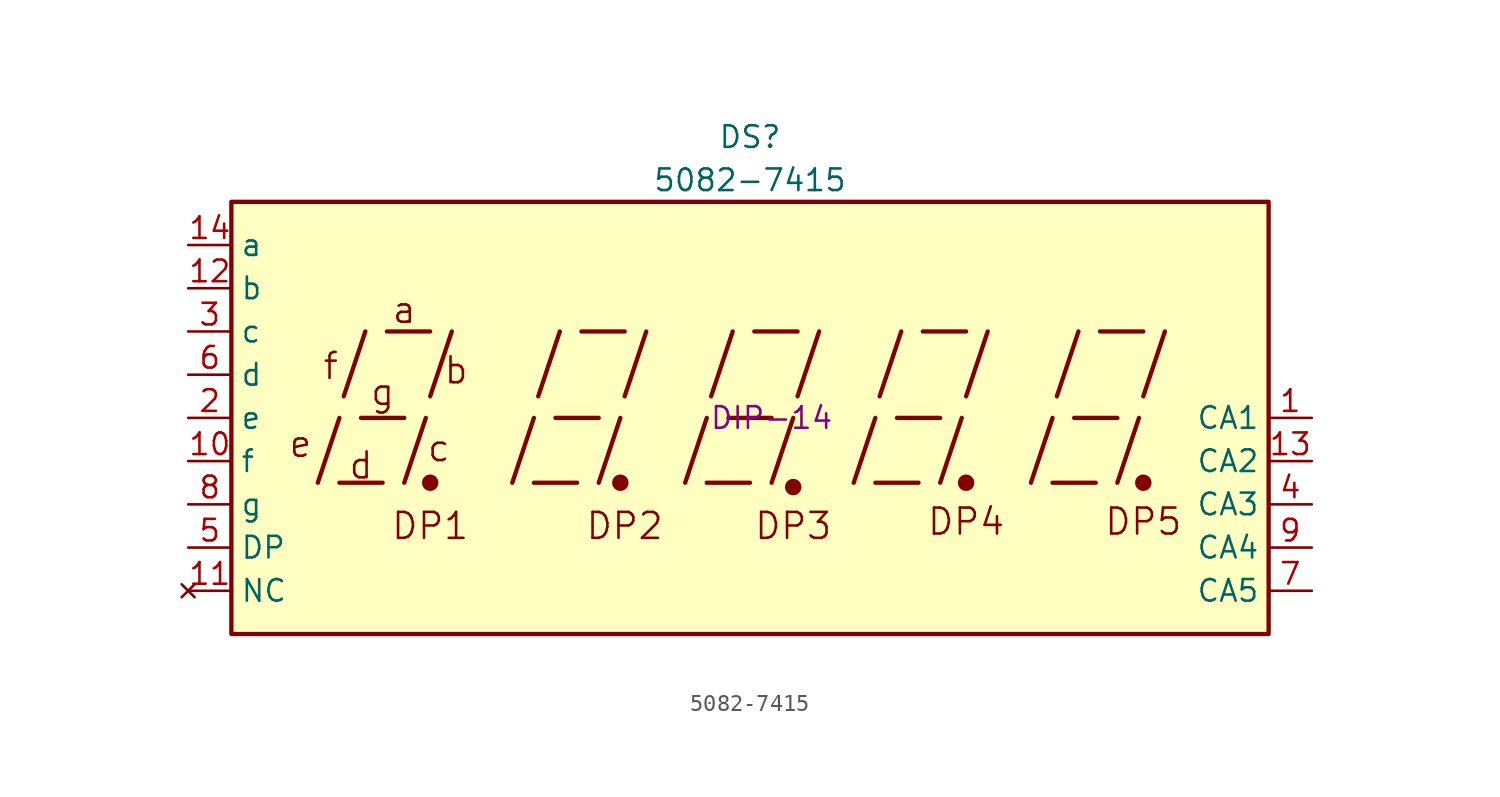
<source format=kicad_sym>
(kicad_symbol_lib
  (version 20220914)
  (generator kicad_symbol_editor)
  (symbol "5082-7415"
    (property "Reference" "DS"
      (at -1.27 16.51 0)
      (effects (font (size 1.27 1.27))))
    (property "Value" "5082-7415"
      (at -1.27 13.97 0)
      (effects (font (size 1.27 1.27))))
    (property "Package" "DIP-14"
      (at 0 0 0)
      (effects (font (size 1.27 1.27))))
    (symbol "5082-7415_0_0"
      (rectangle (start -31.75 12.7) (end 29.21 -12.7) (stroke (width 0.254) (type default)) (fill (type background)))
      (polyline (pts (xy -26.67 -3.81) (xy -25.4 0)) (stroke (width 0.254) (type default)) (fill (type none)))
      (polyline (pts (xy -25.4 -3.81) (xy -22.86 -3.81)) (stroke (width 0.254) (type default)) (fill (type none)))
      (polyline (pts (xy -25.146 1.27) (xy -23.876 5.08)) (stroke (width 0.254) (type default)) (fill (type none)))
      (polyline (pts (xy -24.13 0) (xy -21.59 0)) (stroke (width 0.254) (type default)) (fill (type none)))
      (polyline (pts (xy -22.606 5.08) (xy -20.066 5.08)) (stroke (width 0.254) (type default)) (fill (type none)))
      (polyline (pts (xy -21.59 -3.81) (xy -20.32 0)) (stroke (width 0.254) (type default)) (fill (type none)))
      (polyline (pts (xy -20.066 1.27) (xy -18.796 5.08)) (stroke (width 0.254) (type default)) (fill (type none)))
      (polyline (pts (xy -15.24 -3.81) (xy -13.97 0)) (stroke (width 0.254) (type default)) (fill (type none)))
      (polyline (pts (xy -13.97 -3.81) (xy -11.43 -3.81)) (stroke (width 0.254) (type default)) (fill (type none)))
      (polyline (pts (xy -13.716 1.27) (xy -12.446 5.08)) (stroke (width 0.254) (type default)) (fill (type none)))
      (polyline (pts (xy -12.7 0) (xy -10.16 0)) (stroke (width 0.254) (type default)) (fill (type none)))
      (polyline (pts (xy -11.176 5.08) (xy -8.636 5.08)) (stroke (width 0.254) (type default)) (fill (type none)))
      (polyline (pts (xy -10.16 -3.81) (xy -8.89 0)) (stroke (width 0.254) (type default)) (fill (type none)))
      (polyline (pts (xy -8.636 1.27) (xy -7.366 5.08)) (stroke (width 0.254) (type default)) (fill (type none)))
      (polyline (pts (xy -5.08 -3.81) (xy -3.81 0)) (stroke (width 0.254) (type default)) (fill (type none)))
      (polyline (pts (xy -3.81 -3.81) (xy -1.27 -3.81)) (stroke (width 0.254) (type default)) (fill (type none)))
      (polyline (pts (xy -3.556 1.27) (xy -2.286 5.08)) (stroke (width 0.254) (type default)) (fill (type none)))
      (polyline (pts (xy -2.54 0) (xy 0 0)) (stroke (width 0.254) (type default)) (fill (type none)))
      (polyline (pts (xy -1.016 5.08) (xy 1.524 5.08)) (stroke (width 0.254) (type default)) (fill (type none)))
      (polyline (pts (xy 0 -3.81) (xy 1.27 0)) (stroke (width 0.254) (type default)) (fill (type none)))
      (polyline (pts (xy 1.524 1.27) (xy 2.794 5.08)) (stroke (width 0.254) (type default)) (fill (type none)))
      (polyline (pts (xy 4.826 -3.81) (xy 6.096 0)) (stroke (width 0.254) (type default)) (fill (type none)))
      (polyline (pts (xy 6.096 -3.81) (xy 8.636 -3.81)) (stroke (width 0.254) (type default)) (fill (type none)))
      (polyline (pts (xy 6.35 1.27) (xy 7.62 5.08)) (stroke (width 0.254) (type default)) (fill (type none)))
      (polyline (pts (xy 7.366 0) (xy 9.906 0)) (stroke (width 0.254) (type default)) (fill (type none)))
      (polyline (pts (xy 8.89 5.08) (xy 11.43 5.08)) (stroke (width 0.254) (type default)) (fill (type none)))
      (polyline (pts (xy 9.906 -3.81) (xy 11.176 0)) (stroke (width 0.254) (type default)) (fill (type none)))
      (polyline (pts (xy 11.43 1.27) (xy 12.7 5.08)) (stroke (width 0.254) (type default)) (fill (type none)))
      (polyline (pts (xy 15.24 -3.81) (xy 16.51 0)) (stroke (width 0.254) (type default)) (fill (type none)))
      (polyline (pts (xy 16.51 -3.81) (xy 19.05 -3.81)) (stroke (width 0.254) (type default)) (fill (type none)))
      (polyline (pts (xy 16.764 1.27) (xy 18.034 5.08)) (stroke (width 0.254) (type default)) (fill (type none)))
      (polyline (pts (xy 17.78 0) (xy 20.32 0)) (stroke (width 0.254) (type default)) (fill (type none)))
      (polyline (pts (xy 19.304 5.08) (xy 21.844 5.08)) (stroke (width 0.254) (type default)) (fill (type none)))
      (polyline (pts (xy 20.32 -3.81) (xy 21.59 0)) (stroke (width 0.254) (type default)) (fill (type none)))
      (polyline (pts (xy 21.844 1.27) (xy 23.114 5.08)) (stroke (width 0.254) (type default)) (fill (type none)))
      (text "a" (at -21.59 6.35 0) (effects (font (size 1.524 1.524))))
      (text "b" (at -18.542 2.794 0) (effects (font (size 1.524 1.524))))
      (text "c" (at -19.558 -1.778 0) (effects (font (size 1.524 1.524))))
      (text "d" (at -24.13 -2.794 0) (effects (font (size 1.524 1.524))))
      (text "DP1" (at -20.066 -6.35 0) (effects (font (size 1.524 1.524))))
      (text "DP2" (at -8.636 -6.35 0) (effects (font (size 1.524 1.524))))
      (text "DP3" (at 1.27 -6.35 0) (effects (font (size 1.524 1.524))))
      (text "DP4" (at 11.43 -6.096 0) (effects (font (size 1.524 1.524))))
      (text "e" (at -27.686 -1.524 0) (effects (font (size 1.524 1.524))))
      (text "f" (at -25.908 3.048 0) (effects (font (size 1.524 1.524))))
      (text "g" (at -22.86 1.524 0) (effects (font (size 1.524 1.524)))))
    (symbol "5082-7415_0_1"
      (circle (center -20.066 -3.81) (radius 0.356) (stroke (width 0.254) (type default)) (fill (type outline)))
      (circle (center -8.89 -3.81) (radius 0.356) (stroke (width 0.254) (type default)) (fill (type outline))))
    (symbol "5082-7415_1_0"
      (circle (center 1.27 -4.064) (radius 0.356) (stroke (width 0.254) (type default)) (fill (type outline)))
      (circle (center 11.43 -3.81) (radius 0.356) (stroke (width 0.254) (type default)) (fill (type outline)))
      (circle (center 21.844 -3.81) (radius 0.356) (stroke (width 0.254) (type default)) (fill (type outline)))
      (text "DP5" (at 21.844 -6.096 0) (effects (font (size 1.524 1.524)))))
    (symbol "5082-7415_1_1"
      (pin input line (at 31.75 0 180) (length 2.54) (name "CA1" (effects (font (size 1.27 1.27)))) (number "1" (effects (font (size 1.27 1.27)))))
      (pin input line (at -34.29 -2.54 0) (length 2.54) (name "f" (effects (font (size 1.27 1.27)))) (number "10" (effects (font (size 1.27 1.27)))))
      (pin no_connect line (at -34.29 -10.16 0) (length 2.54) (name "NC" (effects (font (size 1.27 1.27)))) (number "11" (effects (font (size 1.27 1.27)))))
      (pin input line (at -34.29 7.62 0) (length 2.54) (name "b" (effects (font (size 1.27 1.27)))) (number "12" (effects (font (size 1.27 1.27)))))
      (pin input line (at 31.75 -2.54 180) (length 2.54) (name "CA2" (effects (font (size 1.27 1.27)))) (number "13" (effects (font (size 1.27 1.27)))))
      (pin input line (at -34.29 10.16 0) (length 2.54) (name "a" (effects (font (size 1.27 1.27)))) (number "14" (effects (font (size 1.27 1.27)))))
      (pin input line (at -34.29 0 0) (length 2.54) (name "e" (effects (font (size 1.27 1.27)))) (number "2" (effects (font (size 1.27 1.27)))))
      (pin input line (at -34.29 5.08 0) (length 2.54) (name "c" (effects (font (size 1.27 1.27)))) (number "3" (effects (font (size 1.27 1.27)))))
      (pin input line (at 31.75 -5.08 180) (length 2.54) (name "CA3" (effects (font (size 1.27 1.27)))) (number "4" (effects (font (size 1.27 1.27)))))
      (pin input line (at -34.29 -7.62 0) (length 2.54) (name "DP" (effects (font (size 1.27 1.27)))) (number "5" (effects (font (size 1.27 1.27)))))
      (pin input line (at -34.29 2.54 0) (length 2.54) (name "d" (effects (font (size 1.27 1.27)))) (number "6" (effects (font (size 1.27 1.27)))))
      (pin input line (at 31.75 -10.16 180) (length 2.54) (name "CA5" (effects (font (size 1.27 1.27)))) (number "7" (effects (font (size 1.27 1.27)))))
      (pin input line (at -34.29 -5.08 0) (length 2.54) (name "g" (effects (font (size 1.27 1.27)))) (number "8" (effects (font (size 1.27 1.27)))))
      (pin input line (at 31.75 -7.62 180) (length 2.54) (name "CA4" (effects (font (size 1.27 1.27)))) (number "9" (effects (font (size 1.27 1.27))))))))
</source>
